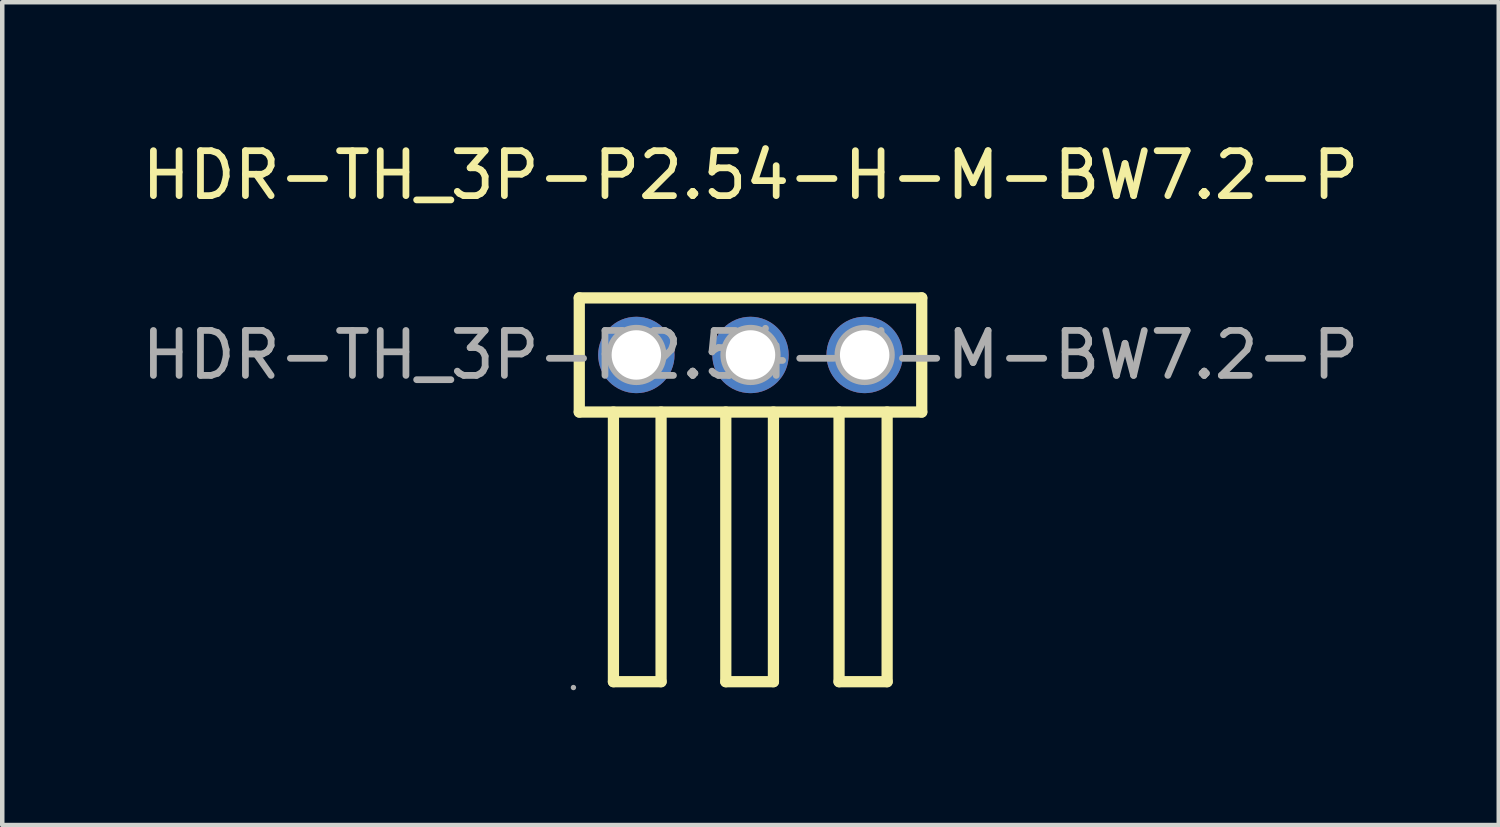
<source format=kicad_pcb>
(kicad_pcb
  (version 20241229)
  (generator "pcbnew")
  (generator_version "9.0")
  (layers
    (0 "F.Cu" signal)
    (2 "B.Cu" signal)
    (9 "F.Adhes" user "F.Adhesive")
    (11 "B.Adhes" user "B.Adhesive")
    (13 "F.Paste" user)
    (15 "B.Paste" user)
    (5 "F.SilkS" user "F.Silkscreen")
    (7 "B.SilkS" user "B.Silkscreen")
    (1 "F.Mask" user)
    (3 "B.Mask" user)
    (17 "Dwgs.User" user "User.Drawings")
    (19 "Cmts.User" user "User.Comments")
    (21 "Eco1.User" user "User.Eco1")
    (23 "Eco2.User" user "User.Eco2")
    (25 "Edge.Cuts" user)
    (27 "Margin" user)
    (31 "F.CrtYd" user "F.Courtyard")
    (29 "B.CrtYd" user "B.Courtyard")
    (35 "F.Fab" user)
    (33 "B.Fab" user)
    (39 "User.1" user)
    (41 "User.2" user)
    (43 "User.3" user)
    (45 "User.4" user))
  (footprint "HDR-TH_3P-P2.54-H-M-BW7.2-P"
    (layer "F.Cu")
    (at 13.649 4.848)
    (property "Reference" "HDR-TH_3P-P2.54-H-M-BW7.2-P" (at 0 -4 0) (layer "F.SilkS") (effects (font (size 1 1) (thickness 0.15))))
    (attr through_hole)
    (fp_line (start -3.81 -1.27) (end -3.81 1.27) (stroke (width 0.25) (type solid)) (layer "F.SilkS"))
    (fp_line (start -3.81 -1.27) (end 3.81 -1.27) (stroke (width 0.25) (type solid)) (layer "F.SilkS"))
    (fp_line (start -3.81 1.27) (end 3.81 1.27) (stroke (width 0.25) (type solid)) (layer "F.SilkS"))
    (fp_line (start -3.05 1.27) (end -3.05 7.27) (stroke (width 0.25) (type solid)) (layer "F.SilkS"))
    (fp_line (start -3.05 7.27) (end -1.99 7.27) (stroke (width 0.25) (type solid)) (layer "F.SilkS"))
    (fp_line (start -1.99 1.27) (end -1.99 7.27) (stroke (width 0.25) (type solid)) (layer "F.SilkS"))
    (fp_line (start -0.55 1.27) (end -0.55 7.27) (stroke (width 0.25) (type solid)) (layer "F.SilkS"))
    (fp_line (start -0.55 7.27) (end 0.51 7.27) (stroke (width 0.25) (type solid)) (layer "F.SilkS"))
    (fp_line (start 0.51 1.27) (end 0.51 7.27) (stroke (width 0.25) (type solid)) (layer "F.SilkS"))
    (fp_line (start 1.97 1.27) (end 1.97 7.27) (stroke (width 0.25) (type solid)) (layer "F.SilkS"))
    (fp_line (start 1.97 7.27) (end 3.04 7.27) (stroke (width 0.25) (type solid)) (layer "F.SilkS"))
    (fp_line (start 3.04 1.27) (end 3.04 7.27) (stroke (width 0.25) (type solid)) (layer "F.SilkS"))
    (fp_line (start 3.81 -1.27) (end 3.81 1.27) (stroke (width 0.25) (type solid)) (layer "F.SilkS"))
    (fp_circle (center -3.94 7.4) (end -3.91 7.4) (stroke (width 0.06) (type solid)) (fill no) (layer "F.Fab"))
    (fp_circle (center -2.54 0) (end -2.32 0) (stroke (width 0.45) (type solid)) (fill no) (layer "F.Fab"))
    (fp_circle (center 0 0) (end 0.22 0) (stroke (width 0.45) (type solid)) (fill no) (layer "F.Fab"))
    (fp_circle (center 2.54 0) (end 2.76 0) (stroke (width 0.45) (type solid)) (fill no) (layer "F.Fab"))
    (fp_text user "${REFERENCE}" (at 0 0 0) (layer "F.Fab") (effects (font (size 1 1) (thickness 0.15))))
    (pad "1" thru_hole circle (at -2.54 0) (size 1.7 1.7) (drill 1.1) (layers "*.Cu" "*.Mask"))
    (pad "2" thru_hole circle (at 0 0) (size 1.7 1.7) (drill 1.1) (layers "*.Cu" "*.Mask"))
    (pad "3" thru_hole circle (at 2.54 0) (size 1.7 1.7) (drill 1.1) (layers "*.Cu" "*.Mask")))
  (gr_rect
    (start -3 -3)
    (end 30.298 15.308)
    (stroke (width 0.1) (type default))
    (fill no)
    (layer "Edge.Cuts")))
</source>
